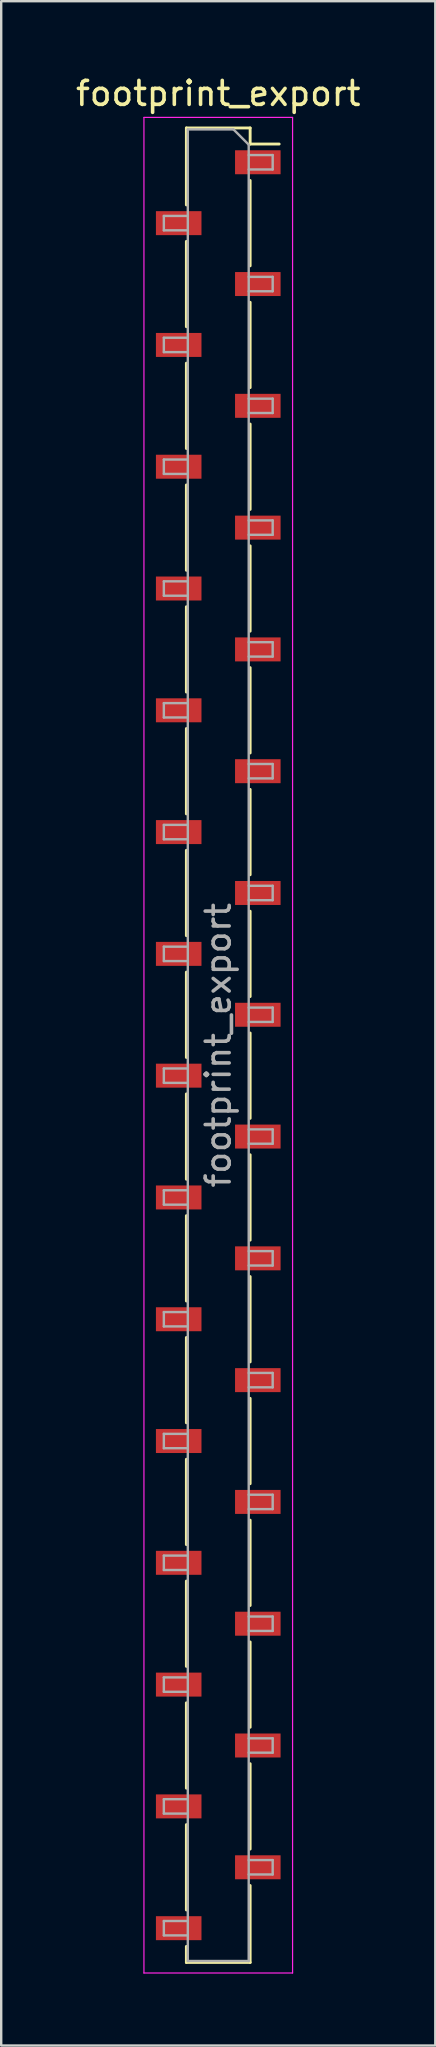
<source format=kicad_pcb>
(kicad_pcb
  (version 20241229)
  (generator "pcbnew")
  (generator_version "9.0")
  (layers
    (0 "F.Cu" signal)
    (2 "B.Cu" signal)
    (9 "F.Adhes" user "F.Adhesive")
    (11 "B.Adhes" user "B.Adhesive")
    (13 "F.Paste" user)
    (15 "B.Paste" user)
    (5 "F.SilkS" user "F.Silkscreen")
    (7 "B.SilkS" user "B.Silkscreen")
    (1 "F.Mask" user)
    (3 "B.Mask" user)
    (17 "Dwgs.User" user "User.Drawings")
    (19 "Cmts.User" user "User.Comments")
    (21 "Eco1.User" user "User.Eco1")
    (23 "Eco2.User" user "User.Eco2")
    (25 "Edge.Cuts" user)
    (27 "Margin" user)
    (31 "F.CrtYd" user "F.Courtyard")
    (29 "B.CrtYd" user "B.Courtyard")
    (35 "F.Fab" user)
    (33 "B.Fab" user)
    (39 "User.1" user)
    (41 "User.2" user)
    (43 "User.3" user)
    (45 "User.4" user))
  (footprint "footprint_export"
    (layer "F.Cu")
    (at 6.054 40.548)
    (property "Reference" "footprint_export" (at 0 -39.7 0) (layer "F.SilkS") (effects (font (size 1 1) (thickness 0.15))))
    (attr smd)
    (fp_line (start -1.33 -38.26) (end -1.33 -35.05) (stroke (width 0.12) (type solid)) (layer "F.SilkS"))
    (fp_line (start -1.33 -38.26) (end 1.33 -38.26) (stroke (width 0.12) (type solid)) (layer "F.SilkS"))
    (fp_line (start -1.33 -33.53) (end -1.33 -29.97) (stroke (width 0.12) (type solid)) (layer "F.SilkS"))
    (fp_line (start -1.33 -28.45) (end -1.33 -24.89) (stroke (width 0.12) (type solid)) (layer "F.SilkS"))
    (fp_line (start -1.33 -23.37) (end -1.33 -19.81) (stroke (width 0.12) (type solid)) (layer "F.SilkS"))
    (fp_line (start -1.33 -18.29) (end -1.33 -14.73) (stroke (width 0.12) (type solid)) (layer "F.SilkS"))
    (fp_line (start -1.33 -13.21) (end -1.33 -9.65) (stroke (width 0.12) (type solid)) (layer "F.SilkS"))
    (fp_line (start -1.33 -8.13) (end -1.33 -4.57) (stroke (width 0.12) (type solid)) (layer "F.SilkS"))
    (fp_line (start -1.33 -3.05) (end -1.33 0.51) (stroke (width 0.12) (type solid)) (layer "F.SilkS"))
    (fp_line (start -1.33 2.03) (end -1.33 5.59) (stroke (width 0.12) (type solid)) (layer "F.SilkS"))
    (fp_line (start -1.33 7.11) (end -1.33 10.67) (stroke (width 0.12) (type solid)) (layer "F.SilkS"))
    (fp_line (start -1.33 12.19) (end -1.33 15.75) (stroke (width 0.12) (type solid)) (layer "F.SilkS"))
    (fp_line (start -1.33 17.27) (end -1.33 20.83) (stroke (width 0.12) (type solid)) (layer "F.SilkS"))
    (fp_line (start -1.33 22.35) (end -1.33 25.91) (stroke (width 0.12) (type solid)) (layer "F.SilkS"))
    (fp_line (start -1.33 27.43) (end -1.33 30.99) (stroke (width 0.12) (type solid)) (layer "F.SilkS"))
    (fp_line (start -1.33 32.51) (end -1.33 36.07) (stroke (width 0.12) (type solid)) (layer "F.SilkS"))
    (fp_line (start -1.33 37.59) (end -1.33 38.26) (stroke (width 0.12) (type solid)) (layer "F.SilkS"))
    (fp_line (start -1.33 38.26) (end 1.33 38.26) (stroke (width 0.12) (type solid)) (layer "F.SilkS"))
    (fp_line (start 1.33 -38.26) (end 1.33 -37.59) (stroke (width 0.12) (type solid)) (layer "F.SilkS"))
    (fp_line (start 1.33 -37.59) (end 2.54 -37.59) (stroke (width 0.12) (type solid)) (layer "F.SilkS"))
    (fp_line (start 1.33 -36.07) (end 1.33 -32.51) (stroke (width 0.12) (type solid)) (layer "F.SilkS"))
    (fp_line (start 1.33 -30.99) (end 1.33 -27.43) (stroke (width 0.12) (type solid)) (layer "F.SilkS"))
    (fp_line (start 1.33 -25.91) (end 1.33 -22.35) (stroke (width 0.12) (type solid)) (layer "F.SilkS"))
    (fp_line (start 1.33 -20.83) (end 1.33 -17.27) (stroke (width 0.12) (type solid)) (layer "F.SilkS"))
    (fp_line (start 1.33 -15.75) (end 1.33 -12.19) (stroke (width 0.12) (type solid)) (layer "F.SilkS"))
    (fp_line (start 1.33 -10.67) (end 1.33 -7.11) (stroke (width 0.12) (type solid)) (layer "F.SilkS"))
    (fp_line (start 1.33 -5.59) (end 1.33 -2.03) (stroke (width 0.12) (type solid)) (layer "F.SilkS"))
    (fp_line (start 1.33 -0.51) (end 1.33 3.05) (stroke (width 0.12) (type solid)) (layer "F.SilkS"))
    (fp_line (start 1.33 4.57) (end 1.33 8.13) (stroke (width 0.12) (type solid)) (layer "F.SilkS"))
    (fp_line (start 1.33 9.65) (end 1.33 13.21) (stroke (width 0.12) (type solid)) (layer "F.SilkS"))
    (fp_line (start 1.33 14.73) (end 1.33 18.29) (stroke (width 0.12) (type solid)) (layer "F.SilkS"))
    (fp_line (start 1.33 19.81) (end 1.33 23.37) (stroke (width 0.12) (type solid)) (layer "F.SilkS"))
    (fp_line (start 1.33 24.89) (end 1.33 28.45) (stroke (width 0.12) (type solid)) (layer "F.SilkS"))
    (fp_line (start 1.33 29.97) (end 1.33 33.53) (stroke (width 0.12) (type solid)) (layer "F.SilkS"))
    (fp_line (start 1.33 35.05) (end 1.33 38.26) (stroke (width 0.12) (type solid)) (layer "F.SilkS"))
    (fp_line (start -3.1 -38.7) (end 3.1 -38.7) (stroke (width 0.05) (type solid)) (layer "F.CrtYd"))
    (fp_line (start -3.1 38.7) (end -3.1 -38.7) (stroke (width 0.05) (type solid)) (layer "F.CrtYd"))
    (fp_line (start 3.1 -38.7) (end 3.1 38.7) (stroke (width 0.05) (type solid)) (layer "F.CrtYd"))
    (fp_line (start 3.1 38.7) (end -3.1 38.7) (stroke (width 0.05) (type solid)) (layer "F.CrtYd"))
    (fp_line (start -2.27 -34.59) (end -1.27 -34.59) (stroke (width 0.1) (type solid)) (layer "F.Fab"))
    (fp_line (start -2.27 -33.99) (end -2.27 -34.59) (stroke (width 0.1) (type solid)) (layer "F.Fab"))
    (fp_line (start -2.27 -29.51) (end -1.27 -29.51) (stroke (width 0.1) (type solid)) (layer "F.Fab"))
    (fp_line (start -2.27 -28.91) (end -2.27 -29.51) (stroke (width 0.1) (type solid)) (layer "F.Fab"))
    (fp_line (start -2.27 -24.43) (end -1.27 -24.43) (stroke (width 0.1) (type solid)) (layer "F.Fab"))
    (fp_line (start -2.27 -23.83) (end -2.27 -24.43) (stroke (width 0.1) (type solid)) (layer "F.Fab"))
    (fp_line (start -2.27 -19.35) (end -1.27 -19.35) (stroke (width 0.1) (type solid)) (layer "F.Fab"))
    (fp_line (start -2.27 -18.75) (end -2.27 -19.35) (stroke (width 0.1) (type solid)) (layer "F.Fab"))
    (fp_line (start -2.27 -14.27) (end -1.27 -14.27) (stroke (width 0.1) (type solid)) (layer "F.Fab"))
    (fp_line (start -2.27 -13.67) (end -2.27 -14.27) (stroke (width 0.1) (type solid)) (layer "F.Fab"))
    (fp_line (start -2.27 -9.19) (end -1.27 -9.19) (stroke (width 0.1) (type solid)) (layer "F.Fab"))
    (fp_line (start -2.27 -8.59) (end -2.27 -9.19) (stroke (width 0.1) (type solid)) (layer "F.Fab"))
    (fp_line (start -2.27 -4.11) (end -1.27 -4.11) (stroke (width 0.1) (type solid)) (layer "F.Fab"))
    (fp_line (start -2.27 -3.51) (end -2.27 -4.11) (stroke (width 0.1) (type solid)) (layer "F.Fab"))
    (fp_line (start -2.27 0.97) (end -1.27 0.97) (stroke (width 0.1) (type solid)) (layer "F.Fab"))
    (fp_line (start -2.27 1.57) (end -2.27 0.97) (stroke (width 0.1) (type solid)) (layer "F.Fab"))
    (fp_line (start -2.27 6.05) (end -1.27 6.05) (stroke (width 0.1) (type solid)) (layer "F.Fab"))
    (fp_line (start -2.27 6.65) (end -2.27 6.05) (stroke (width 0.1) (type solid)) (layer "F.Fab"))
    (fp_line (start -2.27 11.13) (end -1.27 11.13) (stroke (width 0.1) (type solid)) (layer "F.Fab"))
    (fp_line (start -2.27 11.73) (end -2.27 11.13) (stroke (width 0.1) (type solid)) (layer "F.Fab"))
    (fp_line (start -2.27 16.21) (end -1.27 16.21) (stroke (width 0.1) (type solid)) (layer "F.Fab"))
    (fp_line (start -2.27 16.81) (end -2.27 16.21) (stroke (width 0.1) (type solid)) (layer "F.Fab"))
    (fp_line (start -2.27 21.29) (end -1.27 21.29) (stroke (width 0.1) (type solid)) (layer "F.Fab"))
    (fp_line (start -2.27 21.89) (end -2.27 21.29) (stroke (width 0.1) (type solid)) (layer "F.Fab"))
    (fp_line (start -2.27 26.37) (end -1.27 26.37) (stroke (width 0.1) (type solid)) (layer "F.Fab"))
    (fp_line (start -2.27 26.97) (end -2.27 26.37) (stroke (width 0.1) (type solid)) (layer "F.Fab"))
    (fp_line (start -2.27 31.45) (end -1.27 31.45) (stroke (width 0.1) (type solid)) (layer "F.Fab"))
    (fp_line (start -2.27 32.05) (end -2.27 31.45) (stroke (width 0.1) (type solid)) (layer "F.Fab"))
    (fp_line (start -2.27 36.53) (end -1.27 36.53) (stroke (width 0.1) (type solid)) (layer "F.Fab"))
    (fp_line (start -2.27 37.13) (end -2.27 36.53) (stroke (width 0.1) (type solid)) (layer "F.Fab"))
    (fp_line (start -1.27 -38.2) (end 0.635 -38.2) (stroke (width 0.1) (type solid)) (layer "F.Fab"))
    (fp_line (start -1.27 -33.99) (end -2.27 -33.99) (stroke (width 0.1) (type solid)) (layer "F.Fab"))
    (fp_line (start -1.27 -28.91) (end -2.27 -28.91) (stroke (width 0.1) (type solid)) (layer "F.Fab"))
    (fp_line (start -1.27 -23.83) (end -2.27 -23.83) (stroke (width 0.1) (type solid)) (layer "F.Fab"))
    (fp_line (start -1.27 -18.75) (end -2.27 -18.75) (stroke (width 0.1) (type solid)) (layer "F.Fab"))
    (fp_line (start -1.27 -13.67) (end -2.27 -13.67) (stroke (width 0.1) (type solid)) (layer "F.Fab"))
    (fp_line (start -1.27 -8.59) (end -2.27 -8.59) (stroke (width 0.1) (type solid)) (layer "F.Fab"))
    (fp_line (start -1.27 -3.51) (end -2.27 -3.51) (stroke (width 0.1) (type solid)) (layer "F.Fab"))
    (fp_line (start -1.27 1.57) (end -2.27 1.57) (stroke (width 0.1) (type solid)) (layer "F.Fab"))
    (fp_line (start -1.27 6.65) (end -2.27 6.65) (stroke (width 0.1) (type solid)) (layer "F.Fab"))
    (fp_line (start -1.27 11.73) (end -2.27 11.73) (stroke (width 0.1) (type solid)) (layer "F.Fab"))
    (fp_line (start -1.27 16.81) (end -2.27 16.81) (stroke (width 0.1) (type solid)) (layer "F.Fab"))
    (fp_line (start -1.27 21.89) (end -2.27 21.89) (stroke (width 0.1) (type solid)) (layer "F.Fab"))
    (fp_line (start -1.27 26.97) (end -2.27 26.97) (stroke (width 0.1) (type solid)) (layer "F.Fab"))
    (fp_line (start -1.27 32.05) (end -2.27 32.05) (stroke (width 0.1) (type solid)) (layer "F.Fab"))
    (fp_line (start -1.27 37.13) (end -2.27 37.13) (stroke (width 0.1) (type solid)) (layer "F.Fab"))
    (fp_line (start -1.27 38.2) (end -1.27 -38.2) (stroke (width 0.1) (type solid)) (layer "F.Fab"))
    (fp_line (start 0.635 -38.2) (end 1.27 -37.565) (stroke (width 0.1) (type solid)) (layer "F.Fab"))
    (fp_line (start 1.27 -37.565) (end 1.27 38.2) (stroke (width 0.1) (type solid)) (layer "F.Fab"))
    (fp_line (start 1.27 -37.13) (end 2.27 -37.13) (stroke (width 0.1) (type solid)) (layer "F.Fab"))
    (fp_line (start 1.27 -32.05) (end 2.27 -32.05) (stroke (width 0.1) (type solid)) (layer "F.Fab"))
    (fp_line (start 1.27 -26.97) (end 2.27 -26.97) (stroke (width 0.1) (type solid)) (layer "F.Fab"))
    (fp_line (start 1.27 -21.89) (end 2.27 -21.89) (stroke (width 0.1) (type solid)) (layer "F.Fab"))
    (fp_line (start 1.27 -16.81) (end 2.27 -16.81) (stroke (width 0.1) (type solid)) (layer "F.Fab"))
    (fp_line (start 1.27 -11.73) (end 2.27 -11.73) (stroke (width 0.1) (type solid)) (layer "F.Fab"))
    (fp_line (start 1.27 -6.65) (end 2.27 -6.65) (stroke (width 0.1) (type solid)) (layer "F.Fab"))
    (fp_line (start 1.27 -1.57) (end 2.27 -1.57) (stroke (width 0.1) (type solid)) (layer "F.Fab"))
    (fp_line (start 1.27 3.51) (end 2.27 3.51) (stroke (width 0.1) (type solid)) (layer "F.Fab"))
    (fp_line (start 1.27 8.59) (end 2.27 8.59) (stroke (width 0.1) (type solid)) (layer "F.Fab"))
    (fp_line (start 1.27 13.67) (end 2.27 13.67) (stroke (width 0.1) (type solid)) (layer "F.Fab"))
    (fp_line (start 1.27 18.75) (end 2.27 18.75) (stroke (width 0.1) (type solid)) (layer "F.Fab"))
    (fp_line (start 1.27 23.83) (end 2.27 23.83) (stroke (width 0.1) (type solid)) (layer "F.Fab"))
    (fp_line (start 1.27 28.91) (end 2.27 28.91) (stroke (width 0.1) (type solid)) (layer "F.Fab"))
    (fp_line (start 1.27 33.99) (end 2.27 33.99) (stroke (width 0.1) (type solid)) (layer "F.Fab"))
    (fp_line (start 1.27 38.2) (end -1.27 38.2) (stroke (width 0.1) (type solid)) (layer "F.Fab"))
    (fp_line (start 2.27 -37.13) (end 2.27 -36.53) (stroke (width 0.1) (type solid)) (layer "F.Fab"))
    (fp_line (start 2.27 -36.53) (end 1.27 -36.53) (stroke (width 0.1) (type solid)) (layer "F.Fab"))
    (fp_line (start 2.27 -32.05) (end 2.27 -31.45) (stroke (width 0.1) (type solid)) (layer "F.Fab"))
    (fp_line (start 2.27 -31.45) (end 1.27 -31.45) (stroke (width 0.1) (type solid)) (layer "F.Fab"))
    (fp_line (start 2.27 -26.97) (end 2.27 -26.37) (stroke (width 0.1) (type solid)) (layer "F.Fab"))
    (fp_line (start 2.27 -26.37) (end 1.27 -26.37) (stroke (width 0.1) (type solid)) (layer "F.Fab"))
    (fp_line (start 2.27 -21.89) (end 2.27 -21.29) (stroke (width 0.1) (type solid)) (layer "F.Fab"))
    (fp_line (start 2.27 -21.29) (end 1.27 -21.29) (stroke (width 0.1) (type solid)) (layer "F.Fab"))
    (fp_line (start 2.27 -16.81) (end 2.27 -16.21) (stroke (width 0.1) (type solid)) (layer "F.Fab"))
    (fp_line (start 2.27 -16.21) (end 1.27 -16.21) (stroke (width 0.1) (type solid)) (layer "F.Fab"))
    (fp_line (start 2.27 -11.73) (end 2.27 -11.13) (stroke (width 0.1) (type solid)) (layer "F.Fab"))
    (fp_line (start 2.27 -11.13) (end 1.27 -11.13) (stroke (width 0.1) (type solid)) (layer "F.Fab"))
    (fp_line (start 2.27 -6.65) (end 2.27 -6.05) (stroke (width 0.1) (type solid)) (layer "F.Fab"))
    (fp_line (start 2.27 -6.05) (end 1.27 -6.05) (stroke (width 0.1) (type solid)) (layer "F.Fab"))
    (fp_line (start 2.27 -1.57) (end 2.27 -0.97) (stroke (width 0.1) (type solid)) (layer "F.Fab"))
    (fp_line (start 2.27 -0.97) (end 1.27 -0.97) (stroke (width 0.1) (type solid)) (layer "F.Fab"))
    (fp_line (start 2.27 3.51) (end 2.27 4.11) (stroke (width 0.1) (type solid)) (layer "F.Fab"))
    (fp_line (start 2.27 4.11) (end 1.27 4.11) (stroke (width 0.1) (type solid)) (layer "F.Fab"))
    (fp_line (start 2.27 8.59) (end 2.27 9.19) (stroke (width 0.1) (type solid)) (layer "F.Fab"))
    (fp_line (start 2.27 9.19) (end 1.27 9.19) (stroke (width 0.1) (type solid)) (layer "F.Fab"))
    (fp_line (start 2.27 13.67) (end 2.27 14.27) (stroke (width 0.1) (type solid)) (layer "F.Fab"))
    (fp_line (start 2.27 14.27) (end 1.27 14.27) (stroke (width 0.1) (type solid)) (layer "F.Fab"))
    (fp_line (start 2.27 18.75) (end 2.27 19.35) (stroke (width 0.1) (type solid)) (layer "F.Fab"))
    (fp_line (start 2.27 19.35) (end 1.27 19.35) (stroke (width 0.1) (type solid)) (layer "F.Fab"))
    (fp_line (start 2.27 23.83) (end 2.27 24.43) (stroke (width 0.1) (type solid)) (layer "F.Fab"))
    (fp_line (start 2.27 24.43) (end 1.27 24.43) (stroke (width 0.1) (type solid)) (layer "F.Fab"))
    (fp_line (start 2.27 28.91) (end 2.27 29.51) (stroke (width 0.1) (type solid)) (layer "F.Fab"))
    (fp_line (start 2.27 29.51) (end 1.27 29.51) (stroke (width 0.1) (type solid)) (layer "F.Fab"))
    (fp_line (start 2.27 33.99) (end 2.27 34.59) (stroke (width 0.1) (type solid)) (layer "F.Fab"))
    (fp_line (start 2.27 34.59) (end 1.27 34.59) (stroke (width 0.1) (type solid)) (layer "F.Fab"))
    (fp_text user "${REFERENCE}" (at 0 0 90) (layer "F.Fab") (effects (font (size 1 1) (thickness 0.15))))
    (pad "1" smd rect (at 1.65 -36.83) (size 1.9 1) (layers "F.Cu" "F.Mask" "F.Paste"))
    (pad "2" smd rect (at -1.65 -34.29) (size 1.9 1) (layers "F.Cu" "F.Mask" "F.Paste"))
    (pad "3" smd rect (at 1.65 -31.75) (size 1.9 1) (layers "F.Cu" "F.Mask" "F.Paste"))
    (pad "4" smd rect (at -1.65 -29.21) (size 1.9 1) (layers "F.Cu" "F.Mask" "F.Paste"))
    (pad "5" smd rect (at 1.65 -26.67) (size 1.9 1) (layers "F.Cu" "F.Mask" "F.Paste"))
    (pad "6" smd rect (at -1.65 -24.13) (size 1.9 1) (layers "F.Cu" "F.Mask" "F.Paste"))
    (pad "7" smd rect (at 1.65 -21.59) (size 1.9 1) (layers "F.Cu" "F.Mask" "F.Paste"))
    (pad "8" smd rect (at -1.65 -19.05) (size 1.9 1) (layers "F.Cu" "F.Mask" "F.Paste"))
    (pad "9" smd rect (at 1.65 -16.51) (size 1.9 1) (layers "F.Cu" "F.Mask" "F.Paste"))
    (pad "10" smd rect (at -1.65 -13.97) (size 1.9 1) (layers "F.Cu" "F.Mask" "F.Paste"))
    (pad "11" smd rect (at 1.65 -11.43) (size 1.9 1) (layers "F.Cu" "F.Mask" "F.Paste"))
    (pad "12" smd rect (at -1.65 -8.89) (size 1.9 1) (layers "F.Cu" "F.Mask" "F.Paste"))
    (pad "13" smd rect (at 1.65 -6.35) (size 1.9 1) (layers "F.Cu" "F.Mask" "F.Paste"))
    (pad "14" smd rect (at -1.65 -3.81) (size 1.9 1) (layers "F.Cu" "F.Mask" "F.Paste"))
    (pad "15" smd rect (at 1.65 -1.27) (size 1.9 1) (layers "F.Cu" "F.Mask" "F.Paste"))
    (pad "16" smd rect (at -1.65 1.27) (size 1.9 1) (layers "F.Cu" "F.Mask" "F.Paste"))
    (pad "17" smd rect (at 1.65 3.81) (size 1.9 1) (layers "F.Cu" "F.Mask" "F.Paste"))
    (pad "18" smd rect (at -1.65 6.35) (size 1.9 1) (layers "F.Cu" "F.Mask" "F.Paste"))
    (pad "19" smd rect (at 1.65 8.89) (size 1.9 1) (layers "F.Cu" "F.Mask" "F.Paste"))
    (pad "20" smd rect (at -1.65 11.43) (size 1.9 1) (layers "F.Cu" "F.Mask" "F.Paste"))
    (pad "21" smd rect (at 1.65 13.97) (size 1.9 1) (layers "F.Cu" "F.Mask" "F.Paste"))
    (pad "22" smd rect (at -1.65 16.51) (size 1.9 1) (layers "F.Cu" "F.Mask" "F.Paste"))
    (pad "23" smd rect (at 1.65 19.05) (size 1.9 1) (layers "F.Cu" "F.Mask" "F.Paste"))
    (pad "24" smd rect (at -1.65 21.59) (size 1.9 1) (layers "F.Cu" "F.Mask" "F.Paste"))
    (pad "25" smd rect (at 1.65 24.13) (size 1.9 1) (layers "F.Cu" "F.Mask" "F.Paste"))
    (pad "26" smd rect (at -1.65 26.67) (size 1.9 1) (layers "F.Cu" "F.Mask" "F.Paste"))
    (pad "27" smd rect (at 1.65 29.21) (size 1.9 1) (layers "F.Cu" "F.Mask" "F.Paste"))
    (pad "28" smd rect (at -1.65 31.75) (size 1.9 1) (layers "F.Cu" "F.Mask" "F.Paste"))
    (pad "29" smd rect (at 1.65 34.29) (size 1.9 1) (layers "F.Cu" "F.Mask" "F.Paste"))
    (pad "30" smd rect (at -1.65 36.83) (size 1.9 1) (layers "F.Cu" "F.Mask" "F.Paste")))
  (gr_rect
    (start -3 -3)
    (end 15.107 82.273)
    (stroke (width 0.1) (type default))
    (fill no)
    (layer "Edge.Cuts")))
</source>
